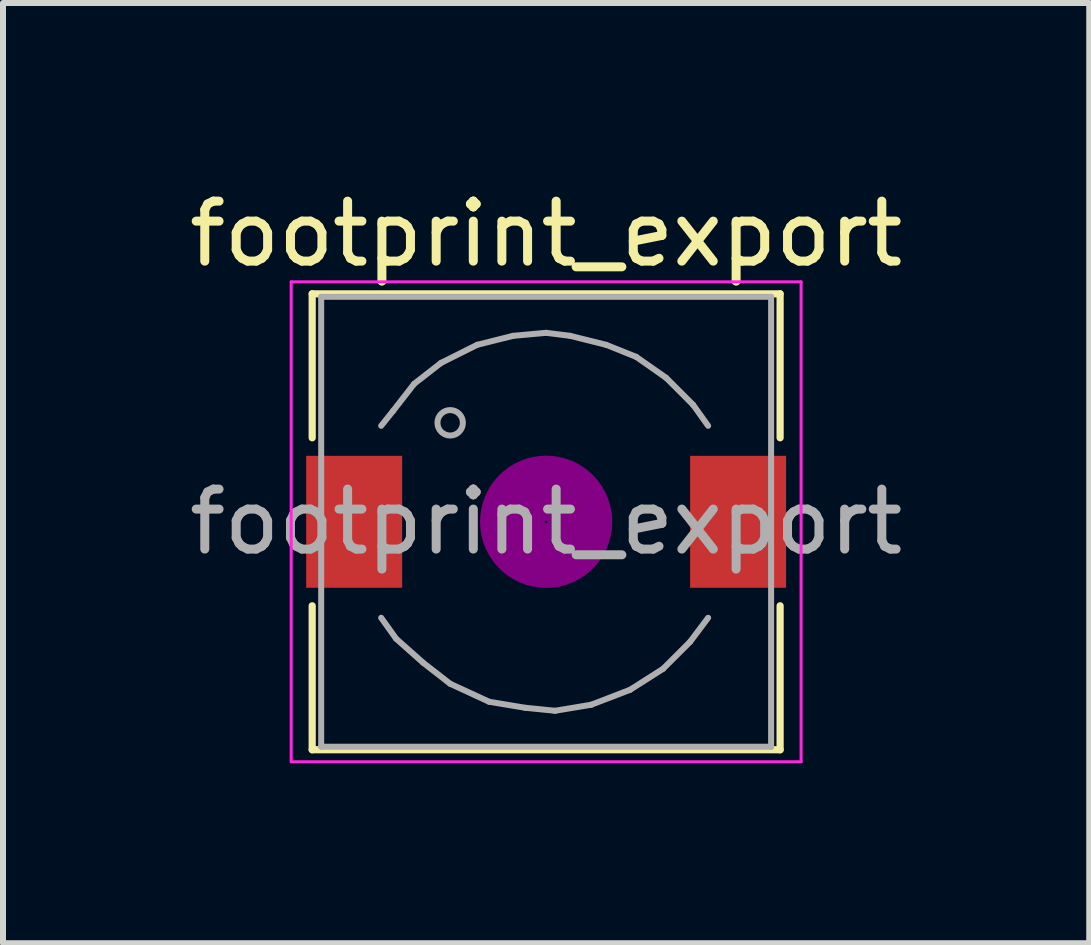
<source format=kicad_pcb>
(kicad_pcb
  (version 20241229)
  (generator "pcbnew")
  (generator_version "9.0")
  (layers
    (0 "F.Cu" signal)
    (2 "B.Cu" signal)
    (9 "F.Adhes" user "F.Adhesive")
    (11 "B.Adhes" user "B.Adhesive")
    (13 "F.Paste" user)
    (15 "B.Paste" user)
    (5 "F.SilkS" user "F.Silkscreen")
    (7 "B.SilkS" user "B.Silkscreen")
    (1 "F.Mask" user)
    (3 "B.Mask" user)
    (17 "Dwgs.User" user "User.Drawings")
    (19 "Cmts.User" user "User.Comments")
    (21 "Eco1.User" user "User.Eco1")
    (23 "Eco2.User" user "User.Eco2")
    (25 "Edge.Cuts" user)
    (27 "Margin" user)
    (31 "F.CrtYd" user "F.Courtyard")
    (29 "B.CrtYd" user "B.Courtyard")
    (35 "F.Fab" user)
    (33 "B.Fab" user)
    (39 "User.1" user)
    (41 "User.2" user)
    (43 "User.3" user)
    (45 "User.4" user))
  (footprint "footprint_export"
    (layer "F.Cu")
    (at 6.054 5.648)
    (property "Reference" "footprint_export" (at 0 -4.8 0) (layer "F.SilkS") (effects (font (size 1 1) (thickness 0.15))))
    (attr smd)
    (fp_line (start -3.9 -1.4) (end -3.9 -3.8) (stroke (width 0.12) (type solid)) (layer "F.SilkS"))
    (fp_line (start -3.9 1.4) (end -3.9 3.8) (stroke (width 0.12) (type solid)) (layer "F.SilkS"))
    (fp_line (start -3.9 3.8) (end 3.9 3.8) (stroke (width 0.12) (type solid)) (layer "F.SilkS"))
    (fp_line (start 3.9 -3.8) (end -3.9 -3.8) (stroke (width 0.12) (type solid)) (layer "F.SilkS"))
    (fp_line (start 3.9 -1.4) (end 3.9 -3.8) (stroke (width 0.12) (type solid)) (layer "F.SilkS"))
    (fp_line (start 3.9 3.8) (end 3.9 1.4) (stroke (width 0.12) (type solid)) (layer "F.SilkS"))
    (fp_circle (center 0 0) (end 0.15 0.15) (stroke (width 0.38) (type solid)) (fill no) (layer "F.Adhes"))
    (fp_circle (center 0 0) (end 0.55 0.05) (stroke (width 0.38) (type solid)) (fill no) (layer "F.Adhes"))
    (fp_circle (center 0 0) (end 0.9 0.15) (stroke (width 0.38) (type solid)) (fill no) (layer "F.Adhes"))
    (fp_line (start -4.25 -4) (end 4.25 -4) (stroke (width 0.05) (type solid)) (layer "F.CrtYd"))
    (fp_line (start -4.25 4) (end -4.25 -4) (stroke (width 0.05) (type solid)) (layer "F.CrtYd"))
    (fp_line (start 4.25 -4) (end 4.25 4) (stroke (width 0.05) (type solid)) (layer "F.CrtYd"))
    (fp_line (start 4.25 4) (end -4.25 4) (stroke (width 0.05) (type solid)) (layer "F.CrtYd"))
    (fp_line (start -3.75 -3.75) (end -3.75 3.75) (stroke (width 0.1) (type solid)) (layer "F.Fab"))
    (fp_line (start -3.75 3.75) (end 3.75 3.75) (stroke (width 0.1) (type solid)) (layer "F.Fab"))
    (fp_line (start -2.75 1.6) (end -2.5 1.95) (stroke (width 0.1) (type solid)) (layer "F.Fab"))
    (fp_line (start -2.55 -1.85) (end -2.75 -1.6) (stroke (width 0.1) (type solid)) (layer "F.Fab"))
    (fp_line (start -2.5 1.95) (end -2.05 2.35) (stroke (width 0.1) (type solid)) (layer "F.Fab"))
    (fp_line (start -2.2 -2.3) (end -2.55 -1.85) (stroke (width 0.1) (type solid)) (layer "F.Fab"))
    (fp_line (start -2.05 2.35) (end -1.6 2.7) (stroke (width 0.1) (type solid)) (layer "F.Fab"))
    (fp_line (start -1.75 -2.65) (end -2.2 -2.3) (stroke (width 0.1) (type solid)) (layer "F.Fab"))
    (fp_line (start -1.6 2.7) (end -0.95 3) (stroke (width 0.1) (type solid)) (layer "F.Fab"))
    (fp_line (start -1.15 -2.95) (end -1.75 -2.65) (stroke (width 0.1) (type solid)) (layer "F.Fab"))
    (fp_line (start -0.95 3) (end -0.35 3.1) (stroke (width 0.1) (type solid)) (layer "F.Fab"))
    (fp_line (start -0.55 -3.1) (end -1.15 -2.95) (stroke (width 0.1) (type solid)) (layer "F.Fab"))
    (fp_line (start -0.35 3.1) (end 0.15 3.15) (stroke (width 0.1) (type solid)) (layer "F.Fab"))
    (fp_line (start 0 -3.15) (end -0.55 -3.1) (stroke (width 0.1) (type solid)) (layer "F.Fab"))
    (fp_line (start 0.15 3.15) (end 0.75 3.05) (stroke (width 0.1) (type solid)) (layer "F.Fab"))
    (fp_line (start 0.4 -3.1) (end 0 -3.15) (stroke (width 0.1) (type solid)) (layer "F.Fab"))
    (fp_line (start 0.75 3.05) (end 1.4 2.8) (stroke (width 0.1) (type solid)) (layer "F.Fab"))
    (fp_line (start 1 -2.95) (end 0.4 -3.1) (stroke (width 0.1) (type solid)) (layer "F.Fab"))
    (fp_line (start 1.4 2.8) (end 1.95 2.45) (stroke (width 0.1) (type solid)) (layer "F.Fab"))
    (fp_line (start 1.5 -2.75) (end 1 -2.95) (stroke (width 0.1) (type solid)) (layer "F.Fab"))
    (fp_line (start 1.95 2.45) (end 2.4 2) (stroke (width 0.1) (type solid)) (layer "F.Fab"))
    (fp_line (start 2 -2.4) (end 1.5 -2.75) (stroke (width 0.1) (type solid)) (layer "F.Fab"))
    (fp_line (start 2.4 2) (end 2.7 1.6) (stroke (width 0.1) (type solid)) (layer "F.Fab"))
    (fp_line (start 2.45 -1.95) (end 2 -2.4) (stroke (width 0.1) (type solid)) (layer "F.Fab"))
    (fp_line (start 2.7 -1.6) (end 2.45 -1.95) (stroke (width 0.1) (type solid)) (layer "F.Fab"))
    (fp_line (start 3.75 -3.75) (end -3.75 -3.75) (stroke (width 0.1) (type solid)) (layer "F.Fab"))
    (fp_line (start 3.75 3.75) (end 3.75 -3.75) (stroke (width 0.1) (type solid)) (layer "F.Fab"))
    (fp_circle (center -1.6 -1.65) (end -1.45 -1.5) (stroke (width 0.1) (type solid)) (fill no) (layer "F.Fab"))
    (fp_text user "${REFERENCE}" (at 0 0 0) (layer "F.Fab") (effects (font (size 1 1) (thickness 0.15))))
    (pad "1" smd rect (at -3.2 0) (size 1.6 2.2) (layers "F.Cu" "F.Mask" "F.Paste"))
    (pad "2" smd rect (at 3.2 0) (size 1.6 2.2) (layers "F.Cu" "F.Mask" "F.Paste")))
  (gr_rect
    (start -3 -3)
    (end 15.107 12.673)
    (stroke (width 0.1) (type default))
    (fill no)
    (layer "Edge.Cuts")))
</source>
